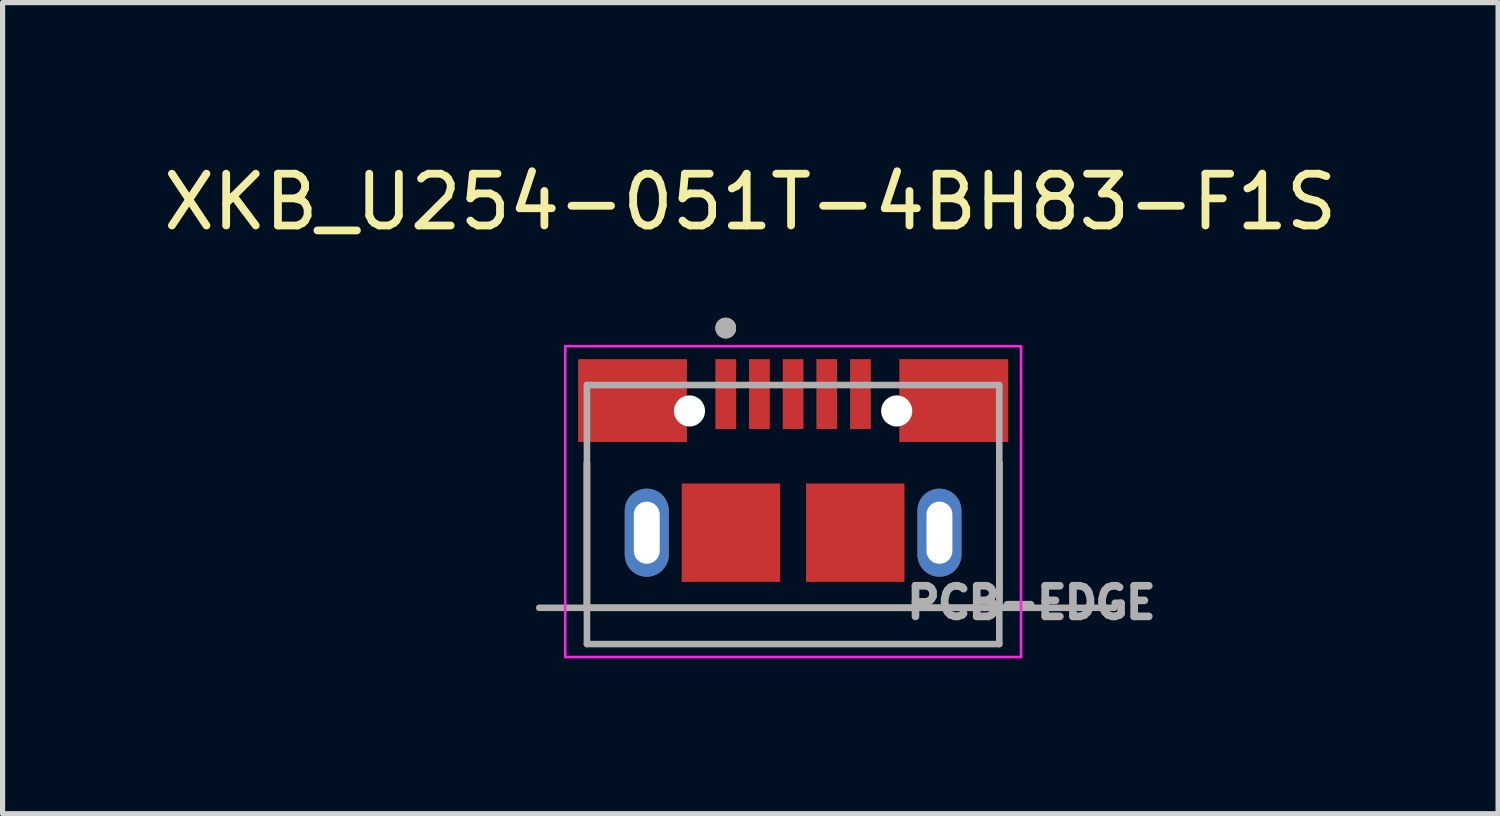
<source format=kicad_pcb>
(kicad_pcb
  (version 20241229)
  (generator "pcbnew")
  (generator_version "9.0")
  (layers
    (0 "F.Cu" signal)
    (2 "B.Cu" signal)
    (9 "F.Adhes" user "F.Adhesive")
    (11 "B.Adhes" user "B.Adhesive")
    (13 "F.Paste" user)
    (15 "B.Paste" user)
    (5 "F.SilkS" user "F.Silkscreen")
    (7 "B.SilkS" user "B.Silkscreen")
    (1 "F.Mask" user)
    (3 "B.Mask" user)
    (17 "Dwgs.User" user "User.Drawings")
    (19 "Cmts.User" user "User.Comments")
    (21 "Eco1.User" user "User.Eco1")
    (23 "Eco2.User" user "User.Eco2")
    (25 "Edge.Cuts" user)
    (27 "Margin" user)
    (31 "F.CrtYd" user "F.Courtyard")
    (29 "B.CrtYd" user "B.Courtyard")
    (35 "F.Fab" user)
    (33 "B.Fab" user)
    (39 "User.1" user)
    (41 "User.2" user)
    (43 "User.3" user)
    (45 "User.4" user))
  (footprint "XKB_U254-051T-4BH83-F1S"
    (layer "F.Cu")
    (at 12.26 7.233)
    (property "Reference" "XKB_U254-051T-4BH83-F1S" (at -0.825 -6.385 0) (layer "F.SilkS") (effects (font (size 1 1) (thickness 0.15))))
    (attr through_hole)
    (fp_line (start -3.98 -1.35) (end -3.98 1.45) (stroke (width 0.127) (type solid)) (layer "F.SilkS"))
    (fp_line (start -3.9 1.45) (end 3.9 1.45) (stroke (width 0.127) (type solid)) (layer "F.SilkS"))
    (fp_line (start 3.98 -1.35) (end 3.98 1.45) (stroke (width 0.127) (type solid)) (layer "F.SilkS"))
    (fp_circle (center -1.3 -3.95) (end -1.2 -3.95) (stroke (width 0.2) (type solid)) (fill no) (layer "F.SilkS"))
    (fp_line (start -4.4 -3.6) (end 4.4 -3.6) (stroke (width 0.05) (type solid)) (layer "F.CrtYd"))
    (fp_line (start -4.4 2.4) (end -4.4 -3.6) (stroke (width 0.05) (type solid)) (layer "F.CrtYd"))
    (fp_line (start -4.4 2.4) (end 4.4 2.4) (stroke (width 0.05) (type solid)) (layer "F.CrtYd"))
    (fp_line (start 4.4 2.4) (end 4.4 -3.6) (stroke (width 0.05) (type solid)) (layer "F.CrtYd"))
    (fp_line (start -4.9 1.45) (end 6.2 1.45) (stroke (width 0.127) (type solid)) (layer "F.Fab"))
    (fp_line (start -3.98 -2.85) (end 3.98 -2.85) (stroke (width 0.127) (type solid)) (layer "F.Fab"))
    (fp_line (start -3.98 2.15) (end -3.98 -2.85) (stroke (width 0.127) (type solid)) (layer "F.Fab"))
    (fp_line (start -3.98 2.15) (end 3.98 2.15) (stroke (width 0.127) (type solid)) (layer "F.Fab"))
    (fp_line (start 3.98 2.15) (end 3.98 -2.85) (stroke (width 0.127) (type solid)) (layer "F.Fab"))
    (fp_circle (center -1.3 -3.95) (end -1.2 -3.95) (stroke (width 0.2) (type solid)) (fill no) (layer "F.Fab"))
    (fp_text user "PCB-EDGE" (at 4.6 1.35 0) (layer "F.Fab") (effects (font (size 0.591 0.591) (thickness 0.15))))
    (pad "" np_thru_hole circle (at -2 -2.35) (size 0.6 0.6) (drill 0.6) (layers "*.Cu" "*.Mask"))
    (pad "" np_thru_hole circle (at 2 -2.35) (size 0.6 0.6) (drill 0.6) (layers "*.Cu" "*.Mask"))
    (pad "1" smd rect (at -1.3 -2.675) (size 0.4 1.35) (layers "F.Cu" "F.Mask" "F.Paste"))
    (pad "2" smd rect (at -0.65 -2.675) (size 0.4 1.35) (layers "F.Cu" "F.Mask" "F.Paste"))
    (pad "3" smd rect (at 0 -2.675) (size 0.4 1.35) (layers "F.Cu" "F.Mask" "F.Paste"))
    (pad "4" smd rect (at 0.65 -2.675) (size 0.4 1.35) (layers "F.Cu" "F.Mask" "F.Paste"))
    (pad "5" smd rect (at 1.3 -2.675) (size 0.4 1.35) (layers "F.Cu" "F.Mask" "F.Paste"))
    (pad "S1" smd rect (at -3.1 -2.55) (size 2.1 1.6) (layers "F.Cu" "F.Mask" "F.Paste"))
    (pad "S2" smd rect (at 3.1 -2.55) (size 2.1 1.6) (layers "F.Cu" "F.Mask" "F.Paste"))
    (pad "S3" smd rect (at -1.2 0) (size 1.9 1.9) (layers "F.Cu" "F.Mask" "F.Paste"))
    (pad "S4" smd rect (at 1.2 0) (size 1.9 1.9) (layers "F.Cu" "F.Mask" "F.Paste"))
    (pad "S5" thru_hole oval (at -2.825 0) (size 0.85 1.7) (drill oval 0.5 1.2) (layers "*.Cu" "*.Mask"))
    (pad "S6" thru_hole oval (at 2.825 0) (size 0.85 1.7) (drill oval 0.5 1.2) (layers "*.Cu" "*.Mask")))
  (gr_rect
    (start -3 -3)
    (end 25.869 12.658)
    (stroke (width 0.1) (type default))
    (fill no)
    (layer "Edge.Cuts")))
</source>
